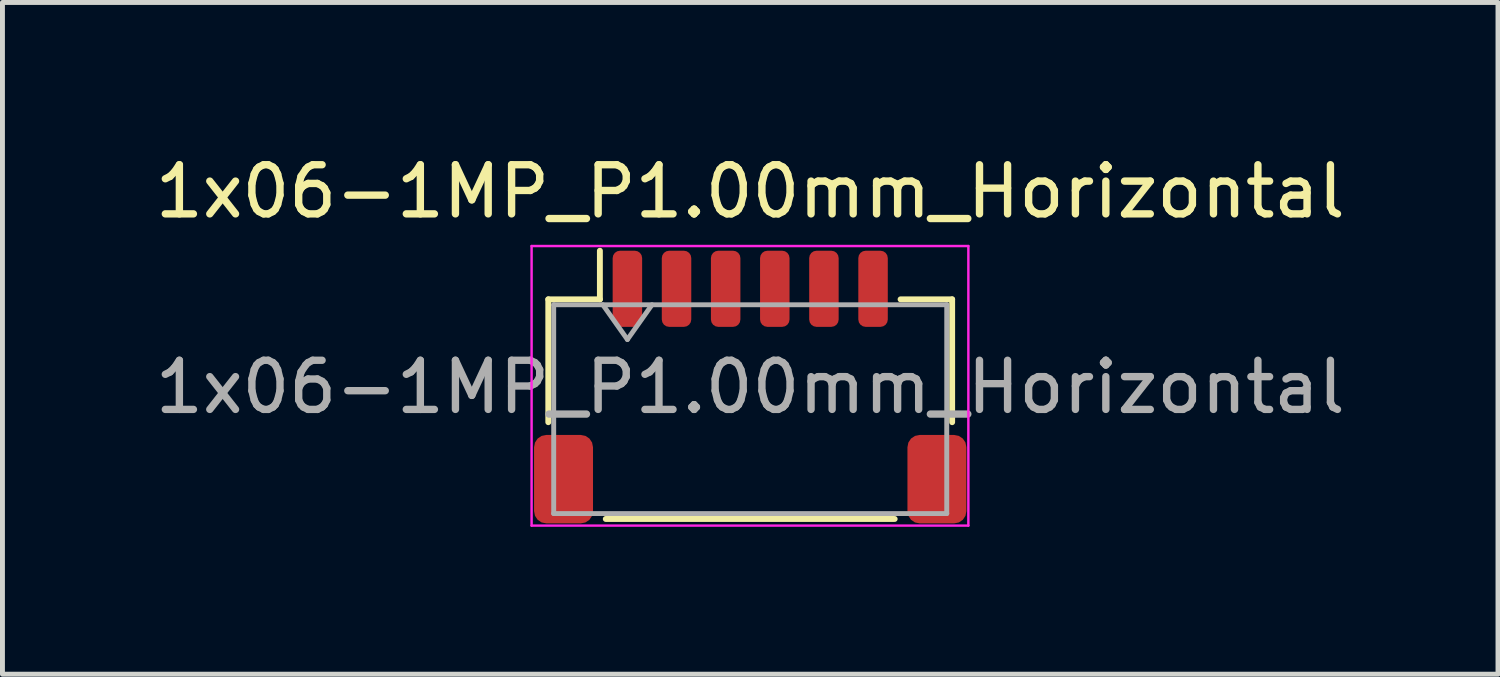
<source format=kicad_pcb>
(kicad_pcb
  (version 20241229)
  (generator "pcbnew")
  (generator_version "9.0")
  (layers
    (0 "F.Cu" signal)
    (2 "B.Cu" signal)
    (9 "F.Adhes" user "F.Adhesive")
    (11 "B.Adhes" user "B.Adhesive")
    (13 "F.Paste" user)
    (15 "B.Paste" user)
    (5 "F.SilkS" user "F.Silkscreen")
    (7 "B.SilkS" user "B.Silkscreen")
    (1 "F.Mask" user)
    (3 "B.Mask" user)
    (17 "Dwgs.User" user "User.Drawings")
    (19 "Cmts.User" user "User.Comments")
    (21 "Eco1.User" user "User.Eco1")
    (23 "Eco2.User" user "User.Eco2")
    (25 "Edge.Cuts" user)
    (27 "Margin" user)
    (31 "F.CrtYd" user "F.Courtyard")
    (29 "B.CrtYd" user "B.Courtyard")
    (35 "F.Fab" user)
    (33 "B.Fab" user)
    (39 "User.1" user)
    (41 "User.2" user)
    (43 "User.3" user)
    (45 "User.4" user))
  (footprint "1x06-1MP_P1.00mm_Horizontal"
    (layer "F.Cu")
    (at 12.22 4.828)
    (property "Reference" "1x06-1MP_P1.00mm_Horizontal" (at 0 -3.98 180) (layer "F.SilkS") (effects (font (size 1 1) (thickness 0.15))))
    (attr smd)
    (fp_line (start -4.11 -1.785) (end -3.06 -1.785) (stroke (width 0.12) (type solid)) (layer "F.SilkS"))
    (fp_line (start -4.11 0.715) (end -4.11 -1.785) (stroke (width 0.12) (type solid)) (layer "F.SilkS"))
    (fp_line (start -3.06 -1.785) (end -3.06 -2.775) (stroke (width 0.12) (type solid)) (layer "F.SilkS"))
    (fp_line (start -2.94 2.685) (end 2.94 2.685) (stroke (width 0.12) (type solid)) (layer "F.SilkS"))
    (fp_line (start 4.11 -1.785) (end 3.06 -1.785) (stroke (width 0.12) (type solid)) (layer "F.SilkS"))
    (fp_line (start 4.11 0.715) (end 4.11 -1.785) (stroke (width 0.12) (type solid)) (layer "F.SilkS"))
    (fp_line (start -4.45 -2.87) (end -4.45 2.82) (stroke (width 0.05) (type solid)) (layer "F.CrtYd"))
    (fp_line (start -4.45 2.82) (end 4.44 2.82) (stroke (width 0.05) (type solid)) (layer "F.CrtYd"))
    (fp_line (start 4.44 -2.87) (end -4.45 -2.87) (stroke (width 0.05) (type solid)) (layer "F.CrtYd"))
    (fp_line (start 4.44 2.82) (end 4.44 -2.87) (stroke (width 0.05) (type solid)) (layer "F.CrtYd"))
    (fp_line (start -4 -1.675) (end -4 2.575) (stroke (width 0.1) (type solid)) (layer "F.Fab"))
    (fp_line (start -4 -1.675) (end 4 -1.675) (stroke (width 0.1) (type solid)) (layer "F.Fab"))
    (fp_line (start -4 2.575) (end 4 2.575) (stroke (width 0.1) (type solid)) (layer "F.Fab"))
    (fp_line (start -3 -1.675) (end -2.5 -0.968) (stroke (width 0.1) (type solid)) (layer "F.Fab"))
    (fp_line (start -2.5 -0.968) (end -2 -1.675) (stroke (width 0.1) (type solid)) (layer "F.Fab"))
    (fp_line (start 4 -1.675) (end 4 2.575) (stroke (width 0.1) (type solid)) (layer "F.Fab"))
    (fp_text user "${REFERENCE}" (at 0 0 180) (layer "F.Fab") (effects (font (size 1 1) (thickness 0.15))))
    (pad "1" smd roundrect (at -2.5 -2) (size 0.6 1.55) (layers "F.Cu" "F.Mask" "F.Paste") (roundrect_rratio 0.25))
    (pad "2" smd roundrect (at -1.5 -2) (size 0.6 1.55) (layers "F.Cu" "F.Mask" "F.Paste") (roundrect_rratio 0.25))
    (pad "3" smd roundrect (at -0.5 -2) (size 0.6 1.55) (layers "F.Cu" "F.Mask" "F.Paste") (roundrect_rratio 0.25))
    (pad "4" smd roundrect (at 0.5 -2) (size 0.6 1.55) (layers "F.Cu" "F.Mask" "F.Paste") (roundrect_rratio 0.25))
    (pad "5" smd roundrect (at 1.5 -2) (size 0.6 1.55) (layers "F.Cu" "F.Mask" "F.Paste") (roundrect_rratio 0.25))
    (pad "6" smd roundrect (at 2.5 -2) (size 0.6 1.55) (layers "F.Cu" "F.Mask" "F.Paste") (roundrect_rratio 0.25))
    (pad "MP" smd roundrect (at -3.8 1.875) (size 1.2 1.8) (layers "F.Cu" "F.Mask" "F.Paste") (roundrect_rratio 0.208))
    (pad "MP" smd roundrect (at 3.8 1.875) (size 1.2 1.8) (layers "F.Cu" "F.Mask" "F.Paste") (roundrect_rratio 0.208)))
  (gr_rect
    (start -3 -3)
    (end 27.44 10.673)
    (stroke (width 0.1) (type default))
    (fill no)
    (layer "Edge.Cuts")))
</source>
